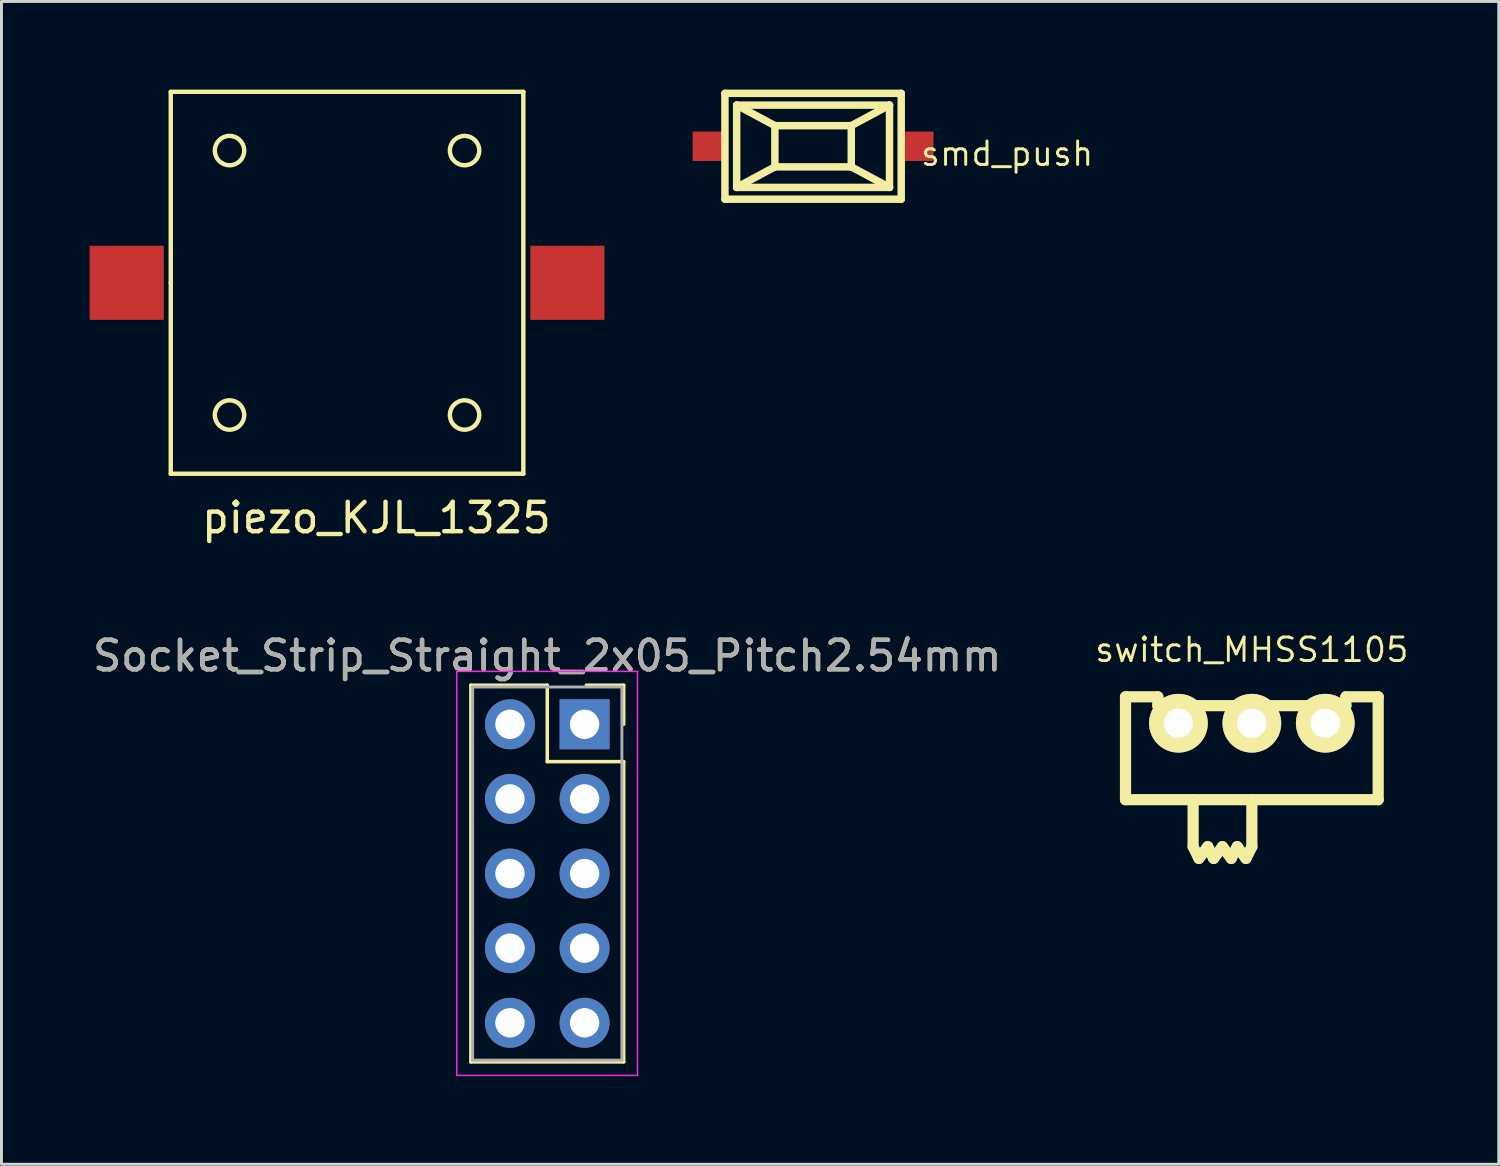
<source format=kicad_pcb>
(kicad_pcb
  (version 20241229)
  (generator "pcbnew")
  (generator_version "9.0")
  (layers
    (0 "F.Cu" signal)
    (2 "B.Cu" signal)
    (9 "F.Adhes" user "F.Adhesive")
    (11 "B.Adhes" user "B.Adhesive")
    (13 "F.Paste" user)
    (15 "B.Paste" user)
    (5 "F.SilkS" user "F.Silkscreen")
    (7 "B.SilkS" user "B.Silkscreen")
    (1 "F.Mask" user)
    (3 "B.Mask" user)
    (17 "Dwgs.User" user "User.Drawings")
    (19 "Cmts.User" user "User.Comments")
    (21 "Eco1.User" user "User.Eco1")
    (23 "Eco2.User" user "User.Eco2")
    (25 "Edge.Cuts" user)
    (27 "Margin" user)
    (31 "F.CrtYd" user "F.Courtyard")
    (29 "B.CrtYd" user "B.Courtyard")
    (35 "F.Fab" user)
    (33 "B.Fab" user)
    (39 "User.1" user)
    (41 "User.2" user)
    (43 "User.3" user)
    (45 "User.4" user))
  (footprint "smd_push"
    (layer "F.Cu")
    (at 24.624 1.928)
    (property "Reference" "smd_push" (at 6.604 0.254 0) (layer "F.SilkS") (effects (font (size 0.8 0.8) (thickness 0.1))))
    (attr through_hole)
    (fp_line (start -3 -1.801) (end 3 -1.801) (stroke (width 0.254) (type solid)) (layer "F.SilkS"))
    (fp_line (start -3 1.801) (end -3 -1.801) (stroke (width 0.254) (type solid)) (layer "F.SilkS"))
    (fp_line (start -2.601 -1.4) (end -1.3 -0.701) (stroke (width 0.254) (type solid)) (layer "F.SilkS"))
    (fp_line (start -2.601 -1.4) (end 2.601 -1.4) (stroke (width 0.254) (type solid)) (layer "F.SilkS"))
    (fp_line (start -2.601 1.4) (end -2.601 -1.4) (stroke (width 0.254) (type solid)) (layer "F.SilkS"))
    (fp_line (start -1.3 -0.701) (end 1.3 -0.701) (stroke (width 0.254) (type solid)) (layer "F.SilkS"))
    (fp_line (start -1.3 0.701) (end -2.601 1.4) (stroke (width 0.254) (type solid)) (layer "F.SilkS"))
    (fp_line (start -1.3 0.701) (end -1.3 -0.701) (stroke (width 0.254) (type solid)) (layer "F.SilkS"))
    (fp_line (start 1.3 -0.701) (end 1.3 0.701) (stroke (width 0.254) (type solid)) (layer "F.SilkS"))
    (fp_line (start 1.3 -0.701) (end 2.601 -1.4) (stroke (width 0.254) (type solid)) (layer "F.SilkS"))
    (fp_line (start 1.3 0.701) (end -1.3 0.701) (stroke (width 0.254) (type solid)) (layer "F.SilkS"))
    (fp_line (start 1.3 0.701) (end 2.601 1.4) (stroke (width 0.254) (type solid)) (layer "F.SilkS"))
    (fp_line (start 2.601 -1.4) (end 2.601 1.4) (stroke (width 0.254) (type solid)) (layer "F.SilkS"))
    (fp_line (start 2.601 1.4) (end -2.601 1.4) (stroke (width 0.254) (type solid)) (layer "F.SilkS"))
    (fp_line (start 3 -1.801) (end 3 1.801) (stroke (width 0.254) (type solid)) (layer "F.SilkS"))
    (fp_line (start 3 1.801) (end -3 1.801) (stroke (width 0.254) (type solid)) (layer "F.SilkS"))
    (pad "1" smd rect (at -3.599 0) (size 1.001 1.001) (layers "F.Cu" "F.Mask" "F.Paste"))
    (pad "2" smd rect (at 3.599 0) (size 1.001 1.001) (layers "F.Cu" "F.Mask" "F.Paste")))
  (footprint "Socket_Strip_Straight_2x05_Pitch2.54mm"
    (layer "F.Cu")
    (at 16.847 21.602)
    (property "Reference" "Socket_Strip_Straight_2x05_Pitch2.54mm" (at -1.27 -2.33 0) (layer "F.SilkS") (effects (font (size 1 1) (thickness 0.15))))
    (attr through_hole)
    (fp_line (start -3.87 -1.33) (end -1.27 -1.33) (stroke (width 0.12) (type solid)) (layer "F.SilkS"))
    (fp_line (start -3.87 11.49) (end -3.87 -1.33) (stroke (width 0.12) (type solid)) (layer "F.SilkS"))
    (fp_line (start -1.27 -1.33) (end -1.27 1.27) (stroke (width 0.12) (type solid)) (layer "F.SilkS"))
    (fp_line (start -1.27 1.27) (end 1.33 1.27) (stroke (width 0.12) (type solid)) (layer "F.SilkS"))
    (fp_line (start 1.33 -1.33) (end 0.06 -1.33) (stroke (width 0.12) (type solid)) (layer "F.SilkS"))
    (fp_line (start 1.33 0) (end 1.33 -1.33) (stroke (width 0.12) (type solid)) (layer "F.SilkS"))
    (fp_line (start 1.33 1.27) (end 1.33 11.49) (stroke (width 0.12) (type solid)) (layer "F.SilkS"))
    (fp_line (start 1.33 11.49) (end -3.87 11.49) (stroke (width 0.12) (type solid)) (layer "F.SilkS"))
    (fp_line (start -4.35 -1.8) (end -4.35 11.95) (stroke (width 0.05) (type solid)) (layer "F.CrtYd"))
    (fp_line (start -4.35 11.95) (end 1.8 11.95) (stroke (width 0.05) (type solid)) (layer "F.CrtYd"))
    (fp_line (start 1.8 -1.8) (end -4.35 -1.8) (stroke (width 0.05) (type solid)) (layer "F.CrtYd"))
    (fp_line (start 1.8 11.95) (end 1.8 -1.8) (stroke (width 0.05) (type solid)) (layer "F.CrtYd"))
    (fp_line (start -3.81 -1.27) (end -3.81 11.43) (stroke (width 0.1) (type solid)) (layer "F.Fab"))
    (fp_line (start -3.81 11.43) (end 1.27 11.43) (stroke (width 0.1) (type solid)) (layer "F.Fab"))
    (fp_line (start 1.27 -1.27) (end -3.81 -1.27) (stroke (width 0.1) (type solid)) (layer "F.Fab"))
    (fp_line (start 1.27 11.43) (end 1.27 -1.27) (stroke (width 0.1) (type solid)) (layer "F.Fab"))
    (fp_text user "${REFERENCE}" (at -1.27 -2.33 0) (layer "F.Fab") (effects (font (size 1 1) (thickness 0.15))))
    (pad "1" thru_hole rect (at 0 0) (size 1.7 1.7) (drill 1) (layers "*.Cu" "*.Mask"))
    (pad "2" thru_hole oval (at -2.54 0) (size 1.7 1.7) (drill 1) (layers "*.Cu" "*.Mask"))
    (pad "3" thru_hole oval (at 0 2.54) (size 1.7 1.7) (drill 1) (layers "*.Cu" "*.Mask"))
    (pad "4" thru_hole oval (at -2.54 2.54) (size 1.7 1.7) (drill 1) (layers "*.Cu" "*.Mask"))
    (pad "5" thru_hole oval (at 0 5.08) (size 1.7 1.7) (drill 1) (layers "*.Cu" "*.Mask"))
    (pad "6" thru_hole oval (at -2.54 5.08) (size 1.7 1.7) (drill 1) (layers "*.Cu" "*.Mask"))
    (pad "7" thru_hole oval (at 0 7.62) (size 1.7 1.7) (drill 1) (layers "*.Cu" "*.Mask"))
    (pad "8" thru_hole oval (at -2.54 7.62) (size 1.7 1.7) (drill 1) (layers "*.Cu" "*.Mask"))
    (pad "9" thru_hole oval (at 0 10.16) (size 1.7 1.7) (drill 1) (layers "*.Cu" "*.Mask"))
    (pad "10" thru_hole oval (at -2.54 10.16) (size 1.7 1.7) (drill 1) (layers "*.Cu" "*.Mask")))
  (footprint "piezo_KJL_1325"
    (layer "F.Cu")
    (at 1.262 6.575)
    (property "Reference" "piezo_KJL_1325" (at 8.5 8 0) (layer "F.SilkS") (effects (font (size 1 1) (thickness 0.15))))
    (attr through_hole)
    (fp_line (start 1.5 -6.5) (end 1.5 0) (stroke (width 0.15) (type solid)) (layer "F.SilkS"))
    (fp_line (start 1.5 0) (end 1.5 6.5) (stroke (width 0.15) (type solid)) (layer "F.SilkS"))
    (fp_line (start 1.5 6.5) (end 13.5 6.5) (stroke (width 0.15) (type solid)) (layer "F.SilkS"))
    (fp_line (start 13.5 -6.5) (end 1.5 -6.5) (stroke (width 0.15) (type solid)) (layer "F.SilkS"))
    (fp_line (start 13.5 6.5) (end 13.5 -6.5) (stroke (width 0.15) (type solid)) (layer "F.SilkS"))
    (fp_circle (center 3.5 -4.5) (end 3.5 -4) (stroke (width 0.15) (type solid)) (fill no) (layer "F.SilkS"))
    (fp_circle (center 3.5 4.5) (end 3.5 4) (stroke (width 0.15) (type solid)) (fill no) (layer "F.SilkS"))
    (fp_circle (center 11.5 -4.5) (end 11 -4.5) (stroke (width 0.15) (type solid)) (fill no) (layer "F.SilkS"))
    (fp_circle (center 11.5 4.5) (end 11.5 4) (stroke (width 0.15) (type solid)) (fill no) (layer "F.SilkS"))
    (pad "1" smd rect (at 0 0) (size 2.524 2.524) (layers "F.Cu" "F.Mask" "F.Paste"))
    (pad "2" smd rect (at 15 0) (size 2.524 2.524) (layers "F.Cu" "F.Mask" "F.Paste")))
  (footprint "switch_MHSS1105"
    (layer "F.Cu")
    (at 39.558 21.566)
    (property "Reference" "switch_MHSS1105" (at 0 -2.499 0) (layer "F.SilkS") (effects (font (size 0.8 0.8) (thickness 0.1))))
    (attr through_hole)
    (fp_line (start -4.3 -0.899) (end -4.3 2.601) (stroke (width 0.381) (type solid)) (layer "F.SilkS"))
    (fp_line (start -4.3 2.601) (end 4.3 2.601) (stroke (width 0.381) (type solid)) (layer "F.SilkS"))
    (fp_line (start -3.2 -0.899) (end -4.3 -0.899) (stroke (width 0.381) (type solid)) (layer "F.SilkS"))
    (fp_line (start -3.2 -0.599) (end -3.2 -0.899) (stroke (width 0.381) (type solid)) (layer "F.SilkS"))
    (fp_line (start -1.999 2.601) (end -1.999 4.201) (stroke (width 0.381) (type solid)) (layer "F.SilkS"))
    (fp_line (start -1.999 4.201) (end -1.801 4.6) (stroke (width 0.381) (type solid)) (layer "F.SilkS"))
    (fp_line (start -1.801 4.6) (end -1.501 4.201) (stroke (width 0.381) (type solid)) (layer "F.SilkS"))
    (fp_line (start -1.501 4.201) (end -1.3 4.6) (stroke (width 0.381) (type solid)) (layer "F.SilkS"))
    (fp_line (start -1.3 4.6) (end -1.001 4.201) (stroke (width 0.381) (type solid)) (layer "F.SilkS"))
    (fp_line (start -1.001 4.201) (end -0.701 4.6) (stroke (width 0.381) (type solid)) (layer "F.SilkS"))
    (fp_line (start -0.701 4.6) (end -0.5 4.201) (stroke (width 0.381) (type solid)) (layer "F.SilkS"))
    (fp_line (start -0.5 4.201) (end -0.201 4.6) (stroke (width 0.381) (type solid)) (layer "F.SilkS"))
    (fp_line (start -0.201 4.6) (end 0 4.201) (stroke (width 0.381) (type solid)) (layer "F.SilkS"))
    (fp_line (start 0 2.601) (end 0 4.201) (stroke (width 0.381) (type solid)) (layer "F.SilkS"))
    (fp_line (start 3.2 -0.899) (end 3.2 -0.599) (stroke (width 0.381) (type solid)) (layer "F.SilkS"))
    (fp_line (start 3.2 -0.599) (end -3.2 -0.599) (stroke (width 0.381) (type solid)) (layer "F.SilkS"))
    (fp_line (start 4.3 -0.899) (end 3.2 -0.899) (stroke (width 0.381) (type solid)) (layer "F.SilkS"))
    (fp_line (start 4.3 2.601) (end 4.3 -0.899) (stroke (width 0.381) (type solid)) (layer "F.SilkS"))
    (pad "1" thru_hole circle (at -2.499 0) (size 1.999 1.999) (drill 0.998) (layers "*.Cu" "*.Mask" "F.SilkS"))
    (pad "2" thru_hole circle (at 0 0) (size 1.999 1.999) (drill 0.998) (layers "*.Cu" "*.Mask" "F.SilkS"))
    (pad "3" thru_hole circle (at 2.499 0) (size 1.999 1.999) (drill 0.998) (layers "*.Cu" "*.Mask" "F.SilkS")))
  (gr_rect
    (start -3 -3)
    (end 47.961 36.577)
    (stroke (width 0.1) (type default))
    (fill no)
    (layer "Edge.Cuts")))
</source>
